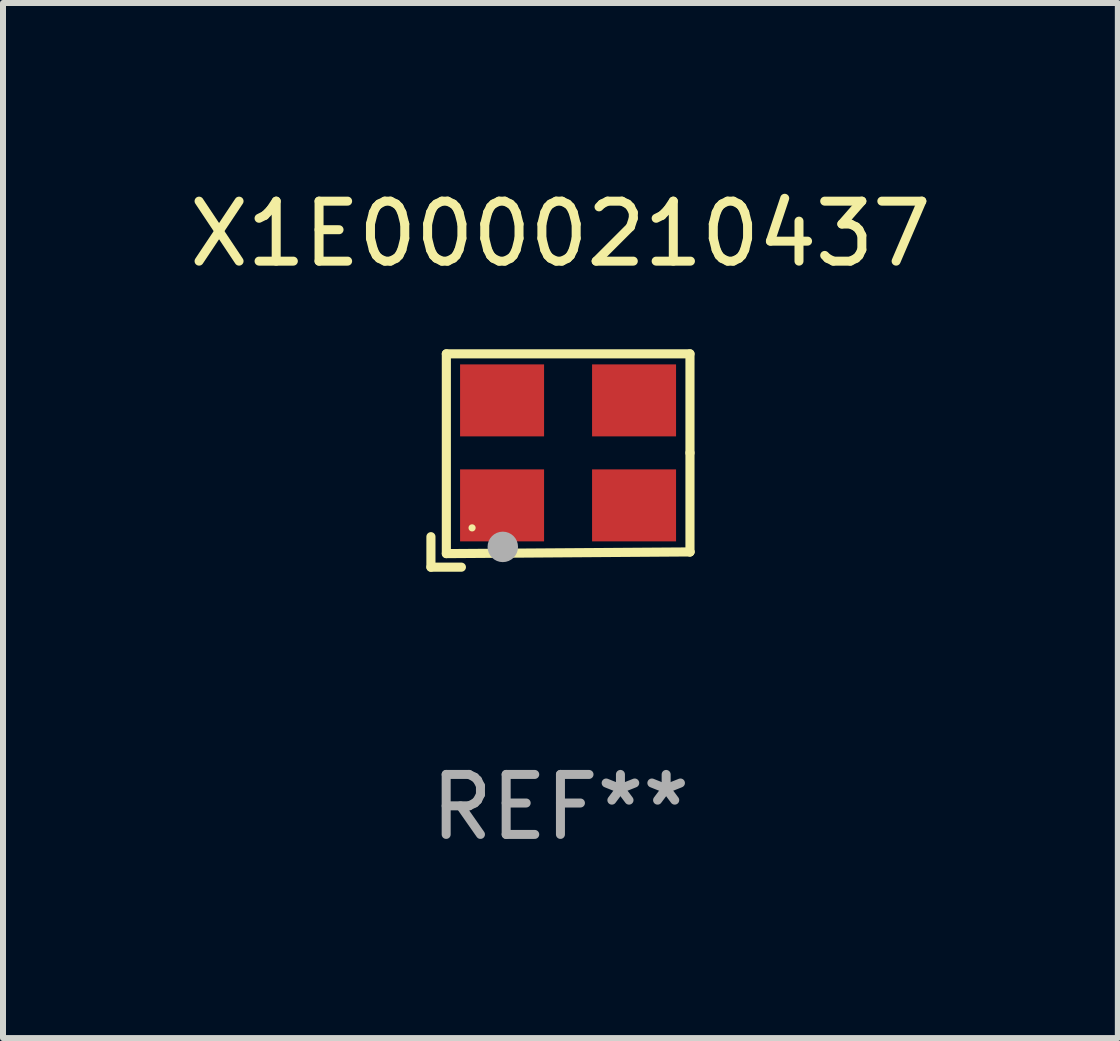
<source format=kicad_pcb>
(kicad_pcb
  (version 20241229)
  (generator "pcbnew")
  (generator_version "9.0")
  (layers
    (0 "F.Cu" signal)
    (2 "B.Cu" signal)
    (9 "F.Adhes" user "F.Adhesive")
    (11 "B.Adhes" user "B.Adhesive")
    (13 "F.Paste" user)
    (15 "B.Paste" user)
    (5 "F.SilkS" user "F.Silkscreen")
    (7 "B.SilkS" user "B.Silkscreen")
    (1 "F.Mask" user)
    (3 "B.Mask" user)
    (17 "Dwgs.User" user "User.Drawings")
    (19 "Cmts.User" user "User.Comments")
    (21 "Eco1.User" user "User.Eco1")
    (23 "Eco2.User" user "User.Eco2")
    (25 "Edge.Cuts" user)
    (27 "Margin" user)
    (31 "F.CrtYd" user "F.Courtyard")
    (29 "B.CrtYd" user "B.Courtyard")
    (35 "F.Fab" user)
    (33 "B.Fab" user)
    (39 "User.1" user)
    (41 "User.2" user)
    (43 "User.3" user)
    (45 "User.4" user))
  (footprint "X1E0000210437"
    (layer "F.Cu")
    (at 6.292 4.626)
    (property "Reference" "X1E0000210437" (at 0 -3.778 0) (layer "F.SilkS") (effects (font (size 1 1) (thickness 0.15))))
    (attr through_hole)
    (fp_line (start -2.159 1.27) (end -2.159 1.778) (stroke (width 0.152) (type solid)) (layer "F.SilkS"))
    (fp_line (start -2.159 1.778) (end -1.651 1.778) (stroke (width 0.152) (type solid)) (layer "F.SilkS"))
    (fp_line (start -1.902 -1.778) (end 2.159 -1.778) (stroke (width 0.152) (type solid)) (layer "F.SilkS"))
    (fp_line (start -1.902 1.552) (end -1.902 -1.778) (stroke (width 0.152) (type solid)) (layer "F.SilkS"))
    (fp_line (start 2.159 -1.778) (end 2.159 -0.127) (stroke (width 0.152) (type solid)) (layer "F.SilkS"))
    (fp_line (start 2.159 -0.127) (end 2.159 1.524) (stroke (width 0.152) (type solid)) (layer "F.SilkS"))
    (fp_line (start 2.159 1.524) (end -1.902 1.552) (stroke (width 0.152) (type solid)) (layer "F.SilkS"))
    (fp_line (start 2.159 1.524) (end 2.159 1.524) (stroke (width 0.152) (type solid)) (layer "F.SilkS"))
    (fp_circle (center -1.473 1.123) (end -1.443 1.123) (stroke (width 0.06) (type solid)) (fill no) (layer "F.SilkS"))
    (fp_circle (center -0.961 1.44) (end -0.834 1.44) (stroke (width 0.254) (type solid)) (fill no) (layer "F.Fab"))
    (fp_text user "REF**" (at 0 5.778 0) (layer "F.Fab") (effects (font (size 1 1) (thickness 0.15))))
    (pad "1" smd rect (at -0.973 0.748) (size 1.4 1.2) (layers "F.Cu" "F.Mask" "F.Paste"))
    (pad "2" smd rect (at 1.227 0.748) (size 1.4 1.2) (layers "F.Cu" "F.Mask" "F.Paste"))
    (pad "3" smd rect (at 1.227 -1.002) (size 1.4 1.2) (layers "F.Cu" "F.Mask" "F.Paste"))
    (pad "4" smd rect (at -0.973 -1.002) (size 1.4 1.2) (layers "F.Cu" "F.Mask" "F.Paste")))
  (gr_rect
    (start -3 -3)
    (end 15.583 14.253)
    (stroke (width 0.1) (type default))
    (fill no)
    (layer "Edge.Cuts")))
</source>
